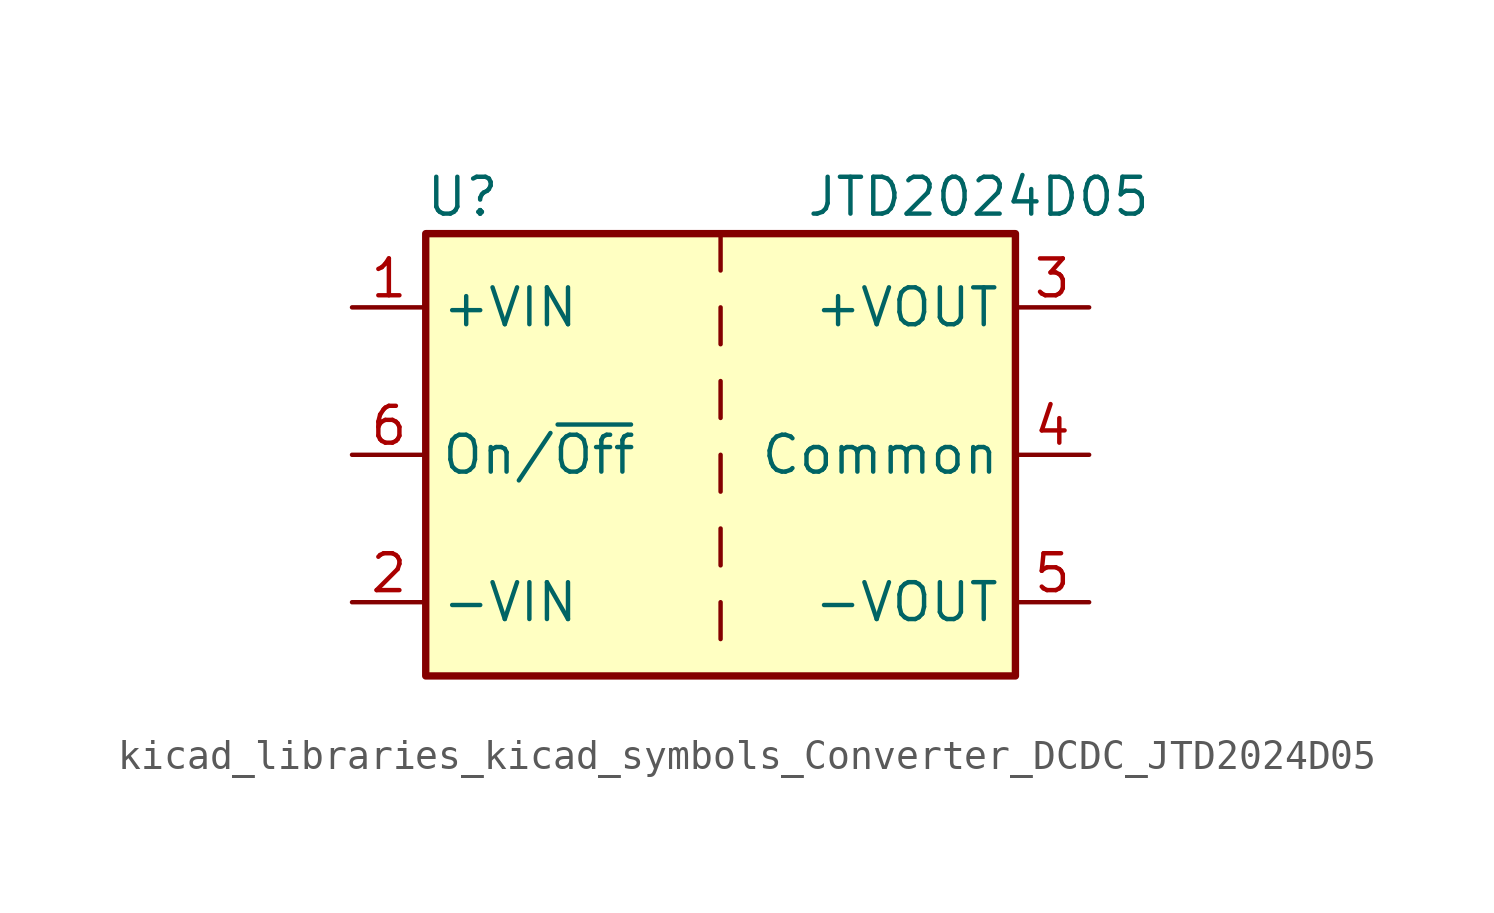
<source format=kicad_sym>
(kicad_symbol_lib
  (version 20220914)
  (generator kicad_symbol_editor)
  (symbol "kicad_libraries_kicad_symbols_Converter_DCDC_JTD2024D05"
    (property "Reference" "U"
      (at -8.89 8.89 0)
      (effects (font (size 1.27 1.27))))
    (property "Value" "JTD2024D05"
      (at 8.89 8.89 0)
      (effects (font (size 1.27 1.27))))
    (symbol "kicad_libraries_kicad_symbols_Converter_DCDC_JTD2024D05_0_1"
      (rectangle (start -10.16 7.62) (end 10.16 -7.62) (stroke (width 0.254) (type default)) (fill (type background)))
      (polyline (pts (xy 0 -5.08) (xy 0 -6.35)) (stroke (width 0) (type default)) (fill (type none)))
      (polyline (pts (xy 0 -2.54) (xy 0 -3.81)) (stroke (width 0) (type default)) (fill (type none)))
      (polyline (pts (xy 0 0) (xy 0 -1.27)) (stroke (width 0) (type default)) (fill (type none)))
      (polyline (pts (xy 0 2.54) (xy 0 1.27)) (stroke (width 0) (type default)) (fill (type none)))
      (polyline (pts (xy 0 5.08) (xy 0 3.81)) (stroke (width 0) (type default)) (fill (type none)))
      (polyline (pts (xy 0 7.62) (xy 0 6.35)) (stroke (width 0) (type default)) (fill (type none))))
    (symbol "kicad_libraries_kicad_symbols_Converter_DCDC_JTD2024D05_1_1"
      (pin power_in line (at -12.7 5.08 0) (length 2.54) (name "+VIN" (effects (font (size 1.27 1.27)))) (number "1" (effects (font (size 1.27 1.27)))))
      (pin power_in line (at -12.7 -5.08 0) (length 2.54) (name "-VIN" (effects (font (size 1.27 1.27)))) (number "2" (effects (font (size 1.27 1.27)))))
      (pin power_out line (at 12.7 5.08 180) (length 2.54) (name "+VOUT" (effects (font (size 1.27 1.27)))) (number "3" (effects (font (size 1.27 1.27)))))
      (pin power_out line (at 12.7 0 180) (length 2.54) (name "Common" (effects (font (size 1.27 1.27)))) (number "4" (effects (font (size 1.27 1.27)))))
      (pin power_out line (at 12.7 -5.08 180) (length 2.54) (name "-VOUT" (effects (font (size 1.27 1.27)))) (number "5" (effects (font (size 1.27 1.27)))))
      (pin input line (at -12.7 0 0) (length 2.54) (name "On/~{Off}" (effects (font (size 1.27 1.27)))) (number "6" (effects (font (size 1.27 1.27))))))))
</source>
